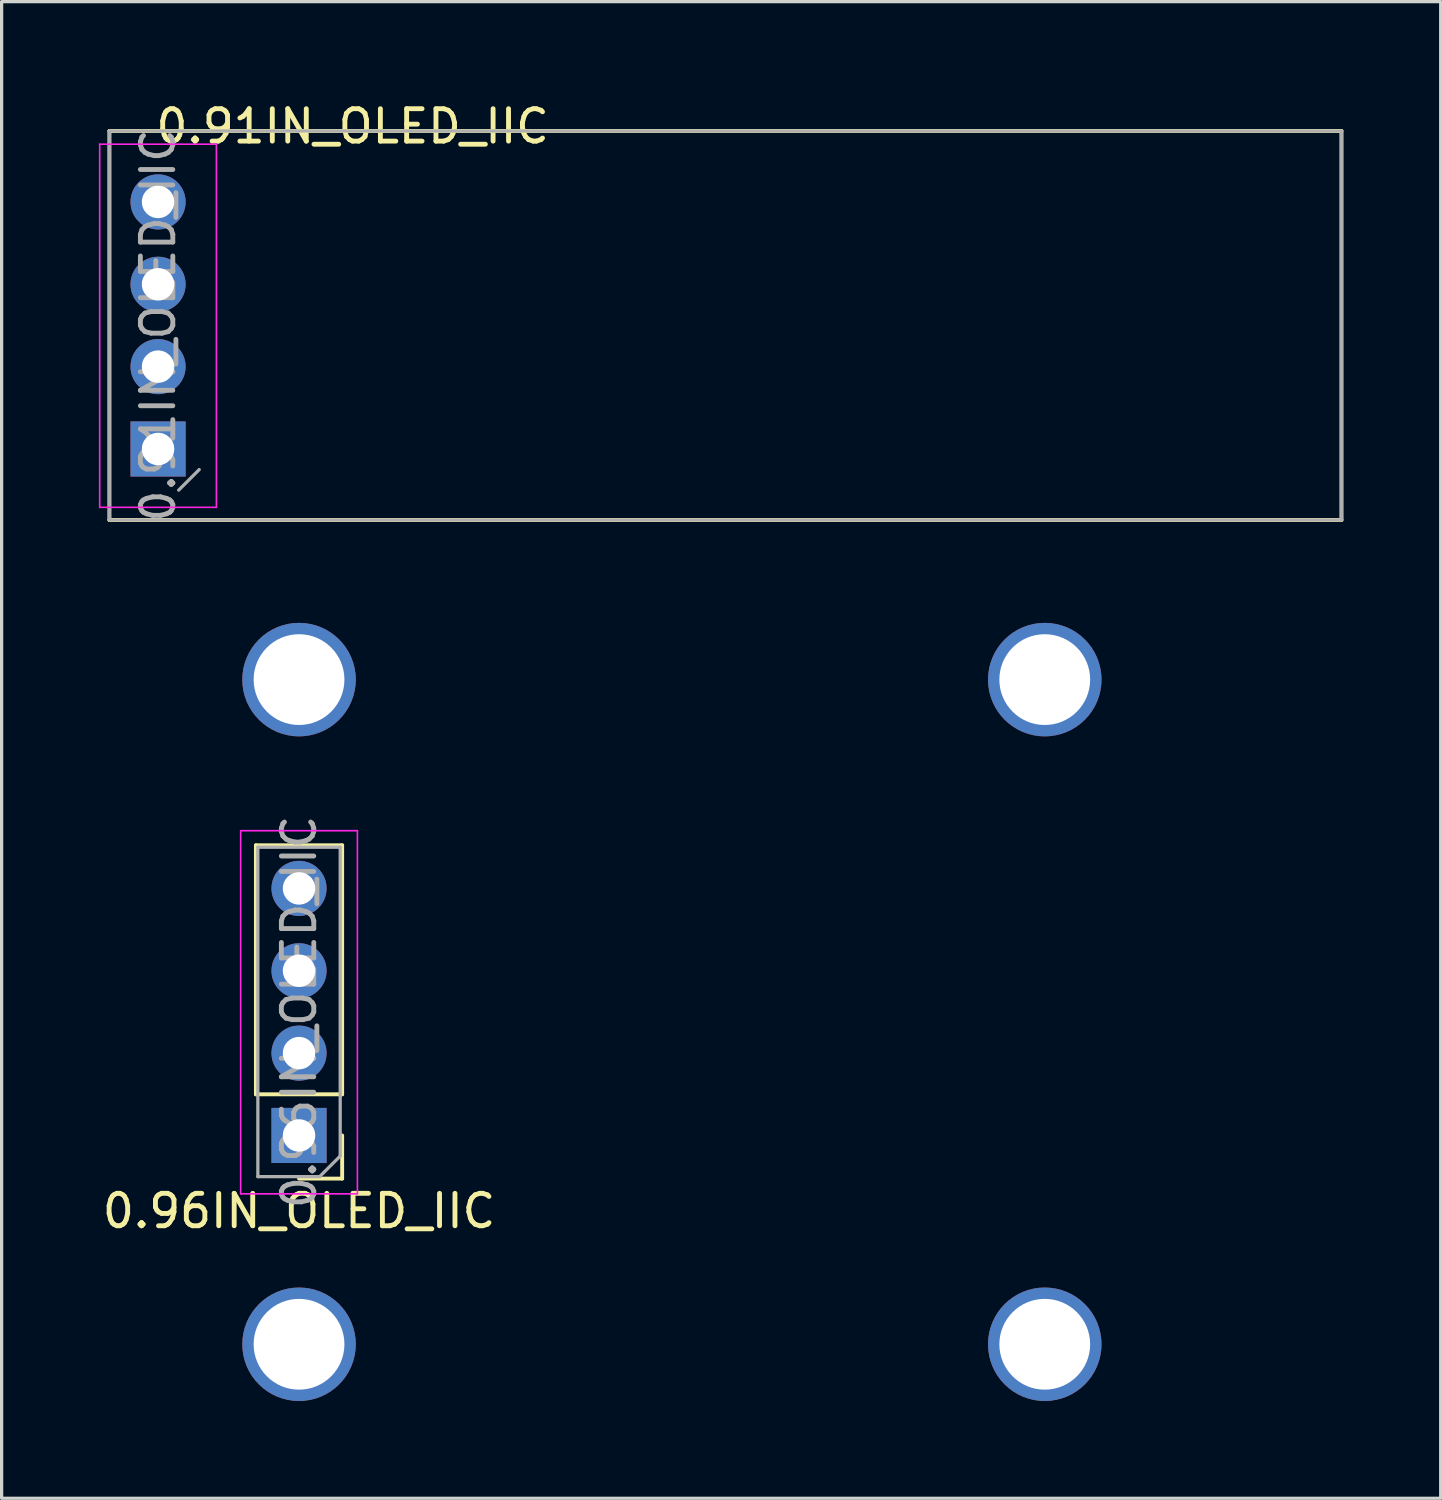
<source format=kicad_pcb>
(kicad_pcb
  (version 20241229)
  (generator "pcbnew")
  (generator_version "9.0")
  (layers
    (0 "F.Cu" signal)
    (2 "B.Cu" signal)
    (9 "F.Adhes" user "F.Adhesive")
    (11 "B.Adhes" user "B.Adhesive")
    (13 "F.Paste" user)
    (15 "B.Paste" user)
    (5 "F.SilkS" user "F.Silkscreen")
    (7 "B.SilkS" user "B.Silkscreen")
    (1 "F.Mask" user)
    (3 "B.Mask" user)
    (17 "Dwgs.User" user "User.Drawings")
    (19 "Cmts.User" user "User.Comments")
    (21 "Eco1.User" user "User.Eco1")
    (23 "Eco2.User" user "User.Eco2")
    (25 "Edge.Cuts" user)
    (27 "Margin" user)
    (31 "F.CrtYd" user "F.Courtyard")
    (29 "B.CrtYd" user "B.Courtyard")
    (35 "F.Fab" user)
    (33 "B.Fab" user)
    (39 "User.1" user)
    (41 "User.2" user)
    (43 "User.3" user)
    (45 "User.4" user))
  (footprint "0.96IN_OLED_IIC"
    (layer "F.Cu")
    (at 17.673 28.161)
    (property "Reference" "0.96IN_OLED_IIC" (at -11.5 6.14 180) (layer "F.SilkS") (effects (font (size 1 1) (thickness 0.15))))
    (attr through_hole)
    (fp_line (start -12.83 2.54) (end -12.83 -5.14) (stroke (width 0.12) (type solid)) (layer "F.SilkS"))
    (fp_line (start -10.17 -5.14) (end -12.83 -5.14) (stroke (width 0.12) (type solid)) (layer "F.SilkS"))
    (fp_line (start -10.17 2.54) (end -12.83 2.54) (stroke (width 0.12) (type solid)) (layer "F.SilkS"))
    (fp_line (start -10.17 2.54) (end -10.17 -5.14) (stroke (width 0.12) (type solid)) (layer "F.SilkS"))
    (fp_line (start -10.17 3.81) (end -10.17 5.14) (stroke (width 0.12) (type solid)) (layer "F.SilkS"))
    (fp_line (start -10.17 5.14) (end -11.5 5.14) (stroke (width 0.12) (type solid)) (layer "F.SilkS"))
    (fp_line (start -13.3 -5.59) (end -13.3 5.61) (stroke (width 0.05) (type solid)) (layer "F.CrtYd"))
    (fp_line (start -13.3 5.61) (end -9.7 5.61) (stroke (width 0.05) (type solid)) (layer "F.CrtYd"))
    (fp_line (start -9.7 -5.59) (end -13.3 -5.59) (stroke (width 0.05) (type solid)) (layer "F.CrtYd"))
    (fp_line (start -9.7 5.61) (end -9.7 -5.59) (stroke (width 0.05) (type solid)) (layer "F.CrtYd"))
    (fp_line (start -12.77 -5.08) (end -10.23 -5.08) (stroke (width 0.1) (type solid)) (layer "F.Fab"))
    (fp_line (start -12.77 5.08) (end -12.77 -5.08) (stroke (width 0.1) (type solid)) (layer "F.Fab"))
    (fp_line (start -10.865 5.08) (end -12.77 5.08) (stroke (width 0.1) (type solid)) (layer "F.Fab"))
    (fp_line (start -10.23 -5.08) (end -10.23 4.445) (stroke (width 0.1) (type solid)) (layer "F.Fab"))
    (fp_line (start -10.23 4.445) (end -10.865 5.08) (stroke (width 0.1) (type solid)) (layer "F.Fab"))
    (fp_text user "${REFERENCE}" (at -11.5 0 270) (layer "F.Fab") (effects (font (size 1 1) (thickness 0.15))))
    (pad "" thru_hole circle (at -11.5 -10.25) (size 3.5 3.5) (drill 2.8) (layers "*.Cu" "*.Mask"))
    (pad "" thru_hole circle (at -11.5 10.25) (size 3.5 3.5) (drill 2.8) (layers "*.Cu" "*.Mask"))
    (pad "" thru_hole circle (at 11.5 -10.25) (size 3.5 3.5) (drill 2.8) (layers "*.Cu" "*.Mask"))
    (pad "" thru_hole circle (at 11.5 10.25) (size 3.5 3.5) (drill 2.8) (layers "*.Cu" "*.Mask"))
    (pad "1" thru_hole rect (at -11.5 3.81 180) (size 1.7 1.7) (drill 1) (layers "*.Cu" "*.Mask"))
    (pad "2" thru_hole oval (at -11.5 1.27 180) (size 1.7 1.7) (drill 1) (layers "*.Cu" "*.Mask"))
    (pad "3" thru_hole oval (at -11.5 -1.27 180) (size 1.7 1.7) (drill 1) (layers "*.Cu" "*.Mask"))
    (pad "4" thru_hole oval (at -11.5 -3.81 180) (size 1.7 1.7) (drill 1) (layers "*.Cu" "*.Mask")))
  (footprint "0.91IN_OLED_IIC"
    (layer "F.Cu")
    (at 19.325 6.988)
    (property "Reference" "0.91IN_OLED_IIC" (at -11.5 -6.14 0) (layer "F.SilkS") (effects (font (size 1 1) (thickness 0.15))))
    (attr through_hole)
    (fp_line (start -19 6) (end -19 -6) (stroke (width 0.12) (type solid)) (layer "F.SilkS"))
    (fp_line (start 19 -6) (end -19 -6) (stroke (width 0.12) (type solid)) (layer "F.SilkS"))
    (fp_line (start 19 6) (end -19 6) (stroke (width 0.12) (type solid)) (layer "F.SilkS"))
    (fp_line (start 19 6) (end 19 -6) (stroke (width 0.12) (type solid)) (layer "F.SilkS"))
    (fp_line (start -19.3 -5.59) (end -19.3 5.61) (stroke (width 0.05) (type solid)) (layer "F.CrtYd"))
    (fp_line (start -19.3 5.61) (end -15.7 5.61) (stroke (width 0.05) (type solid)) (layer "F.CrtYd"))
    (fp_line (start -15.7 -5.59) (end -19.3 -5.59) (stroke (width 0.05) (type solid)) (layer "F.CrtYd"))
    (fp_line (start -15.7 5.61) (end -15.7 -5.59) (stroke (width 0.05) (type solid)) (layer "F.CrtYd"))
    (fp_line (start -19 -6) (end 19 -6) (stroke (width 0.1) (type solid)) (layer "F.Fab"))
    (fp_line (start -19 6) (end -19 -6) (stroke (width 0.1) (type solid)) (layer "F.Fab"))
    (fp_line (start -16.23 4.445) (end -16.865 5.08) (stroke (width 0.1) (type solid)) (layer "F.Fab"))
    (fp_line (start 19 -6) (end 19 6) (stroke (width 0.1) (type solid)) (layer "F.Fab"))
    (fp_line (start 19 6) (end -19 6) (stroke (width 0.1) (type solid)) (layer "F.Fab"))
    (fp_text user "${REFERENCE}" (at -17.5 0 270) (layer "F.Fab") (effects (font (size 1 1) (thickness 0.15))))
    (pad "1" thru_hole rect (at -17.5 3.81 180) (size 1.7 1.7) (drill 1) (layers "*.Cu" "*.Mask"))
    (pad "2" thru_hole oval (at -17.5 1.27 180) (size 1.7 1.7) (drill 1) (layers "*.Cu" "*.Mask"))
    (pad "3" thru_hole oval (at -17.5 -1.27 180) (size 1.7 1.7) (drill 1) (layers "*.Cu" "*.Mask"))
    (pad "4" thru_hole oval (at -17.5 -3.81 180) (size 1.7 1.7) (drill 1) (layers "*.Cu" "*.Mask")))
  (gr_rect
    (start -3 -3)
    (end 41.385 43.161)
    (stroke (width 0.1) (type default))
    (fill no)
    (layer "Edge.Cuts")))
</source>
